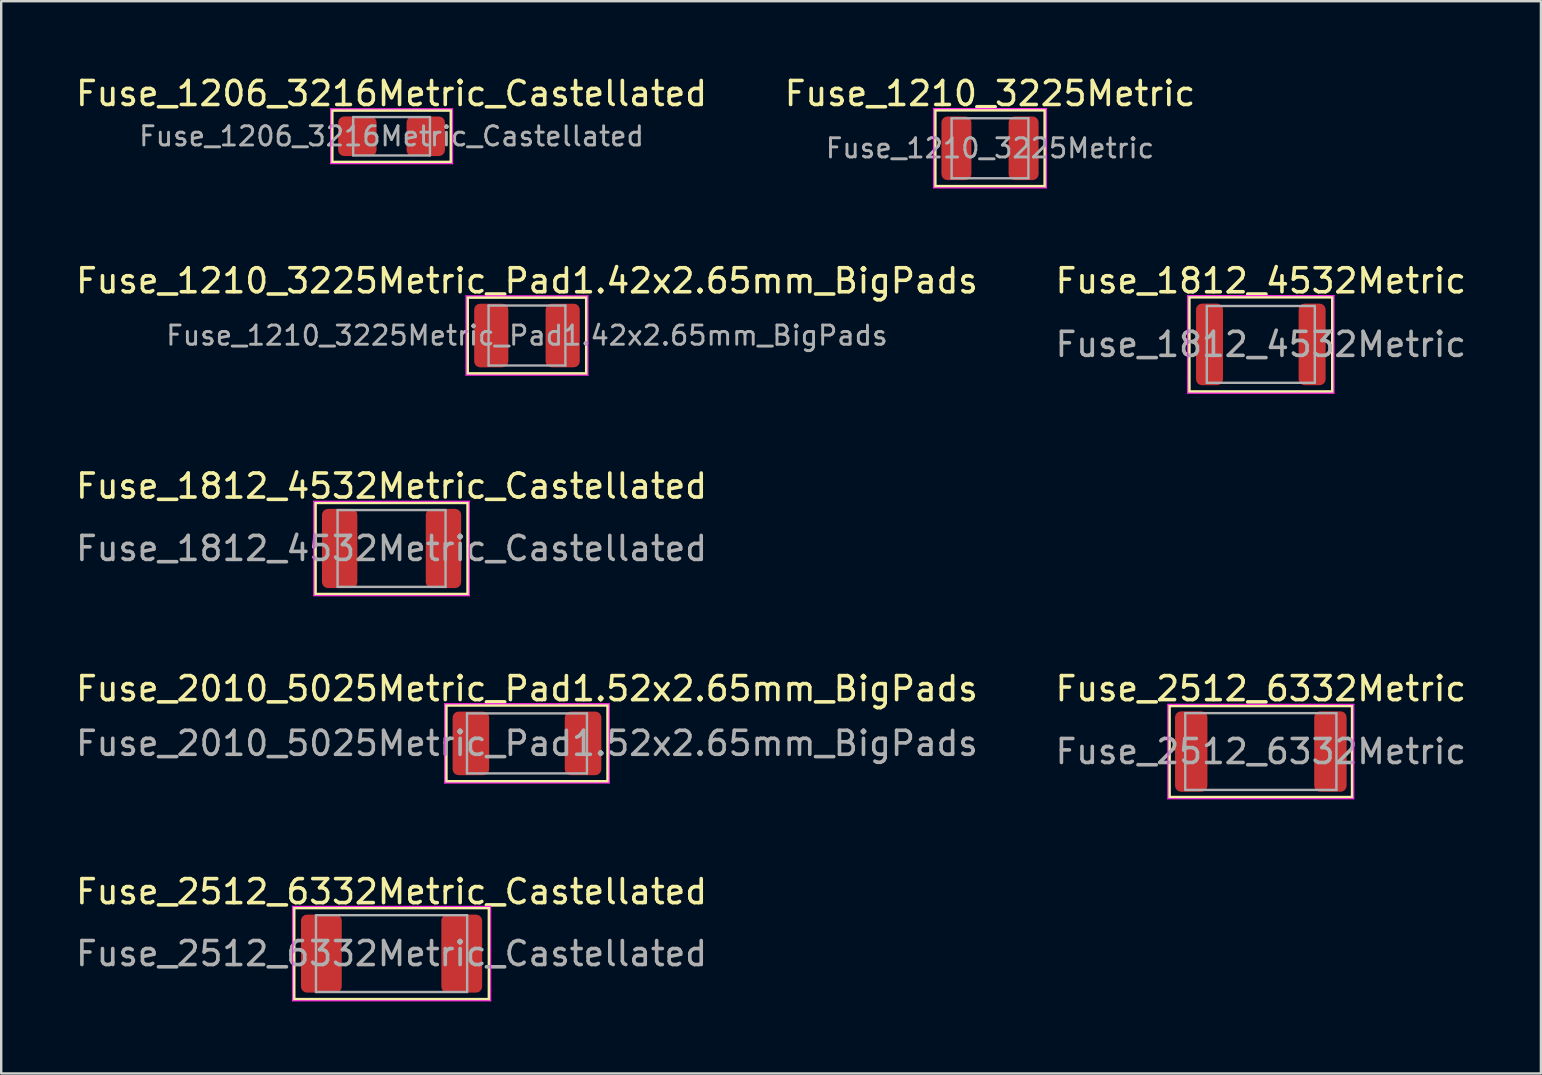
<source format=kicad_pcb>
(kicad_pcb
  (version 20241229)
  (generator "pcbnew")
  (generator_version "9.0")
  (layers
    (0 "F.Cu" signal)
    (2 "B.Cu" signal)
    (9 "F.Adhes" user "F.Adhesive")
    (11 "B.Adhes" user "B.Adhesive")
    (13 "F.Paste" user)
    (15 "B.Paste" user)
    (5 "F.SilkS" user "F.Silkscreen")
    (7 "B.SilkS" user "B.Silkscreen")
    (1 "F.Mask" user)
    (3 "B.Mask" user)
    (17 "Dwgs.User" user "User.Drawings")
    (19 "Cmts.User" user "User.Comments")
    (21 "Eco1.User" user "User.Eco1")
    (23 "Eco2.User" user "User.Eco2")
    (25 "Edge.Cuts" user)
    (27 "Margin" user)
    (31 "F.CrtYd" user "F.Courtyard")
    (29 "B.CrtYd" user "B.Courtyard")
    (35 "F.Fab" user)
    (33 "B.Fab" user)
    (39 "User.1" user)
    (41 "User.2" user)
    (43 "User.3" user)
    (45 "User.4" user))
  (footprint "Fuse_1812_4532Metric"
    (layer "F.Cu")
    (at 49.494 11.303)
    (property "Reference" "Fuse_1812_4532Metric" (at 0 -2.65 0) (layer "F.SilkS") (effects (font (size 1 1) (thickness 0.15))))
    (attr smd)
    (fp_line (start -2.985 -1.968) (end 2.985 -1.968) (stroke (width 0.12) (type solid)) (layer "F.SilkS"))
    (fp_line (start -2.985 1.968) (end -2.985 -1.968) (stroke (width 0.12) (type solid)) (layer "F.SilkS"))
    (fp_line (start 2.985 -1.968) (end 2.985 1.968) (stroke (width 0.12) (type solid)) (layer "F.SilkS"))
    (fp_line (start 2.985 1.968) (end -2.985 1.968) (stroke (width 0.12) (type solid)) (layer "F.SilkS"))
    (fp_line (start -3.048 -2.032) (end 3.048 -2.032) (stroke (width 0.05) (type solid)) (layer "F.CrtYd"))
    (fp_line (start -3.048 2.032) (end -3.048 -2.032) (stroke (width 0.05) (type solid)) (layer "F.CrtYd"))
    (fp_line (start 3.048 -2.032) (end 3.048 2.032) (stroke (width 0.05) (type solid)) (layer "F.CrtYd"))
    (fp_line (start 3.048 2.032) (end -3.048 2.032) (stroke (width 0.05) (type solid)) (layer "F.CrtYd"))
    (fp_line (start -2.25 -1.6) (end 2.25 -1.6) (stroke (width 0.1) (type solid)) (layer "F.Fab"))
    (fp_line (start -2.25 1.6) (end -2.25 -1.6) (stroke (width 0.1) (type solid)) (layer "F.Fab"))
    (fp_line (start 2.25 -1.6) (end 2.25 1.6) (stroke (width 0.1) (type solid)) (layer "F.Fab"))
    (fp_line (start 2.25 1.6) (end -2.25 1.6) (stroke (width 0.1) (type solid)) (layer "F.Fab"))
    (fp_text user "${REFERENCE}" (at 0 0 0) (layer "F.Fab") (effects (font (size 1 1) (thickness 0.15))))
    (pad "1" smd roundrect (at -2.138 0) (size 1.125 3.4) (layers "F.Cu" "F.Mask" "F.Paste") (roundrect_rratio 0.222))
    (pad "2" smd roundrect (at 2.138 0) (size 1.125 3.4) (layers "F.Cu" "F.Mask" "F.Paste") (roundrect_rratio 0.222)))
  (footprint "Fuse_1210_3225Metric"
    (layer "F.Cu")
    (at 38.208 3.128)
    (property "Reference" "Fuse_1210_3225Metric" (at 0 -2.28 0) (layer "F.SilkS") (effects (font (size 1 1) (thickness 0.15))))
    (attr smd)
    (fp_line (start -2.286 -1.587) (end 2.286 -1.587) (stroke (width 0.12) (type solid)) (layer "F.SilkS"))
    (fp_line (start -2.286 1.587) (end -2.286 -1.587) (stroke (width 0.12) (type solid)) (layer "F.SilkS"))
    (fp_line (start 2.286 -1.587) (end 2.286 1.587) (stroke (width 0.12) (type solid)) (layer "F.SilkS"))
    (fp_line (start 2.286 1.587) (end -2.286 1.587) (stroke (width 0.12) (type solid)) (layer "F.SilkS"))
    (fp_line (start -2.349 -1.651) (end 2.349 -1.651) (stroke (width 0.05) (type solid)) (layer "F.CrtYd"))
    (fp_line (start -2.349 1.651) (end -2.349 -1.651) (stroke (width 0.05) (type solid)) (layer "F.CrtYd"))
    (fp_line (start 2.349 -1.651) (end 2.349 1.651) (stroke (width 0.05) (type solid)) (layer "F.CrtYd"))
    (fp_line (start 2.349 1.651) (end -2.349 1.651) (stroke (width 0.05) (type solid)) (layer "F.CrtYd"))
    (fp_line (start -1.6 -1.25) (end 1.6 -1.25) (stroke (width 0.1) (type solid)) (layer "F.Fab"))
    (fp_line (start -1.6 1.25) (end -1.6 -1.25) (stroke (width 0.1) (type solid)) (layer "F.Fab"))
    (fp_line (start 1.6 -1.25) (end 1.6 1.25) (stroke (width 0.1) (type solid)) (layer "F.Fab"))
    (fp_line (start 1.6 1.25) (end -1.6 1.25) (stroke (width 0.1) (type solid)) (layer "F.Fab"))
    (fp_text user "${REFERENCE}" (at 0 0 0) (layer "F.Fab") (effects (font (size 0.8 0.8) (thickness 0.12))))
    (pad "1" smd roundrect (at -1.4 0) (size 1.25 2.65) (layers "F.Cu" "F.Mask" "F.Paste") (roundrect_rratio 0.2))
    (pad "2" smd roundrect (at 1.4 0) (size 1.25 2.65) (layers "F.Cu" "F.Mask" "F.Paste") (roundrect_rratio 0.2)))
  (footprint "Fuse_1812_4532Metric_Castellated"
    (layer "F.Cu")
    (at 13.268 19.808)
    (property "Reference" "Fuse_1812_4532Metric_Castellated" (at 0 -2.6 0) (layer "F.SilkS") (effects (font (size 1 1) (thickness 0.15))))
    (attr smd)
    (fp_line (start -3.175 -1.905) (end 3.175 -1.905) (stroke (width 0.12) (type solid)) (layer "F.SilkS"))
    (fp_line (start -3.175 1.905) (end -3.175 -1.905) (stroke (width 0.12) (type solid)) (layer "F.SilkS"))
    (fp_line (start 3.175 -1.905) (end 3.175 1.905) (stroke (width 0.12) (type solid)) (layer "F.SilkS"))
    (fp_line (start 3.175 1.905) (end -3.175 1.905) (stroke (width 0.12) (type solid)) (layer "F.SilkS"))
    (fp_line (start -3.239 -1.968) (end 3.239 -1.968) (stroke (width 0.05) (type solid)) (layer "F.CrtYd"))
    (fp_line (start -3.239 1.968) (end -3.239 -1.968) (stroke (width 0.05) (type solid)) (layer "F.CrtYd"))
    (fp_line (start 3.239 -1.968) (end 3.239 1.968) (stroke (width 0.05) (type solid)) (layer "F.CrtYd"))
    (fp_line (start 3.239 1.968) (end -3.239 1.968) (stroke (width 0.05) (type solid)) (layer "F.CrtYd"))
    (fp_line (start -2.25 -1.6) (end 2.25 -1.6) (stroke (width 0.1) (type solid)) (layer "F.Fab"))
    (fp_line (start -2.25 1.6) (end -2.25 -1.6) (stroke (width 0.1) (type solid)) (layer "F.Fab"))
    (fp_line (start 2.25 -1.6) (end 2.25 1.6) (stroke (width 0.1) (type solid)) (layer "F.Fab"))
    (fp_line (start 2.25 1.6) (end -2.25 1.6) (stroke (width 0.1) (type solid)) (layer "F.Fab"))
    (fp_text user "${REFERENCE}" (at 0 0 0) (layer "F.Fab") (effects (font (size 1 1) (thickness 0.15))))
    (pad "1" smd roundrect (at -2.163 0) (size 1.475 3.3) (layers "F.Cu" "F.Mask" "F.Paste") (roundrect_rratio 0.169))
    (pad "2" smd roundrect (at 2.163 0) (size 1.475 3.3) (layers "F.Cu" "F.Mask" "F.Paste") (roundrect_rratio 0.169)))
  (footprint "Fuse_1210_3225Metric_Pad1.42x2.65mm_BigPads"
    (layer "F.Cu")
    (at 18.911 10.932)
    (property "Reference" "Fuse_1210_3225Metric_Pad1.42x2.65mm_BigPads" (at 0 -2.28 0) (layer "F.SilkS") (effects (font (size 1 1) (thickness 0.15))))
    (attr smd)
    (fp_line (start -2.477 -1.587) (end 2.477 -1.587) (stroke (width 0.12) (type solid)) (layer "F.SilkS"))
    (fp_line (start -2.477 1.587) (end -2.477 -1.587) (stroke (width 0.12) (type solid)) (layer "F.SilkS"))
    (fp_line (start 2.477 -1.587) (end 2.477 1.587) (stroke (width 0.12) (type solid)) (layer "F.SilkS"))
    (fp_line (start 2.477 1.587) (end -2.477 1.587) (stroke (width 0.12) (type solid)) (layer "F.SilkS"))
    (fp_line (start -2.54 -1.651) (end 2.54 -1.651) (stroke (width 0.05) (type solid)) (layer "F.CrtYd"))
    (fp_line (start -2.54 1.651) (end -2.54 -1.651) (stroke (width 0.05) (type solid)) (layer "F.CrtYd"))
    (fp_line (start 2.54 -1.651) (end 2.54 1.651) (stroke (width 0.05) (type solid)) (layer "F.CrtYd"))
    (fp_line (start 2.54 1.651) (end -2.54 1.651) (stroke (width 0.05) (type solid)) (layer "F.CrtYd"))
    (fp_line (start -1.6 -1.25) (end 1.6 -1.25) (stroke (width 0.1) (type solid)) (layer "F.Fab"))
    (fp_line (start -1.6 1.25) (end -1.6 -1.25) (stroke (width 0.1) (type solid)) (layer "F.Fab"))
    (fp_line (start 1.6 -1.25) (end 1.6 1.25) (stroke (width 0.1) (type solid)) (layer "F.Fab"))
    (fp_line (start 1.6 1.25) (end -1.6 1.25) (stroke (width 0.1) (type solid)) (layer "F.Fab"))
    (fp_text user "${REFERENCE}" (at 0 0 0) (layer "F.Fab") (effects (font (size 0.8 0.8) (thickness 0.12))))
    (pad "1" smd roundrect (at -1.488 0) (size 1.425 2.65) (layers "F.Cu" "F.Mask" "F.Paste") (roundrect_rratio 0.175))
    (pad "2" smd roundrect (at 1.488 0) (size 1.425 2.65) (layers "F.Cu" "F.Mask" "F.Paste") (roundrect_rratio 0.175)))
  (footprint "Fuse_1206_3216Metric_Castellated"
    (layer "F.Cu")
    (at 13.268 2.628)
    (property "Reference" "Fuse_1206_3216Metric_Castellated" (at 0 -1.78 0) (layer "F.SilkS") (effects (font (size 1 1) (thickness 0.15))))
    (attr smd)
    (fp_line (start -2.477 -1.079) (end 2.477 -1.079) (stroke (width 0.12) (type solid)) (layer "F.SilkS"))
    (fp_line (start -2.477 1.079) (end -2.477 -1.079) (stroke (width 0.12) (type solid)) (layer "F.SilkS"))
    (fp_line (start 2.477 -1.079) (end 2.477 1.079) (stroke (width 0.12) (type solid)) (layer "F.SilkS"))
    (fp_line (start 2.477 1.079) (end -2.477 1.079) (stroke (width 0.12) (type solid)) (layer "F.SilkS"))
    (fp_line (start -2.54 -1.143) (end 2.54 -1.143) (stroke (width 0.05) (type solid)) (layer "F.CrtYd"))
    (fp_line (start -2.54 1.143) (end -2.54 -1.143) (stroke (width 0.05) (type solid)) (layer "F.CrtYd"))
    (fp_line (start 2.54 -1.143) (end 2.54 1.143) (stroke (width 0.05) (type solid)) (layer "F.CrtYd"))
    (fp_line (start 2.54 1.143) (end -2.54 1.143) (stroke (width 0.05) (type solid)) (layer "F.CrtYd"))
    (fp_line (start -1.6 -0.8) (end 1.6 -0.8) (stroke (width 0.1) (type solid)) (layer "F.Fab"))
    (fp_line (start -1.6 0.8) (end -1.6 -0.8) (stroke (width 0.1) (type solid)) (layer "F.Fab"))
    (fp_line (start 1.6 -0.8) (end 1.6 0.8) (stroke (width 0.1) (type solid)) (layer "F.Fab"))
    (fp_line (start 1.6 0.8) (end -1.6 0.8) (stroke (width 0.1) (type solid)) (layer "F.Fab"))
    (fp_text user "${REFERENCE}" (at 0 0 0) (layer "F.Fab") (effects (font (size 0.8 0.8) (thickness 0.12))))
    (pad "1" smd roundrect (at -1.425 0) (size 1.6 1.65) (layers "F.Cu" "F.Mask" "F.Paste") (roundrect_rratio 0.156))
    (pad "2" smd roundrect (at 1.425 0) (size 1.6 1.65) (layers "F.Cu" "F.Mask" "F.Paste") (roundrect_rratio 0.156)))
  (footprint "Fuse_2010_5025Metric_Pad1.52x2.65mm_BigPads"
    (layer "F.Cu")
    (at 18.911 27.93)
    (property "Reference" "Fuse_2010_5025Metric_Pad1.52x2.65mm_BigPads" (at 0 -2.28 0) (layer "F.SilkS") (effects (font (size 1 1) (thickness 0.15))))
    (attr smd)
    (fp_line (start -3.365 -1.587) (end 3.365 -1.587) (stroke (width 0.12) (type solid)) (layer "F.SilkS"))
    (fp_line (start -3.365 1.587) (end -3.365 -1.587) (stroke (width 0.12) (type solid)) (layer "F.SilkS"))
    (fp_line (start 3.365 -1.587) (end 3.365 1.587) (stroke (width 0.12) (type solid)) (layer "F.SilkS"))
    (fp_line (start 3.365 1.587) (end -3.365 1.587) (stroke (width 0.12) (type solid)) (layer "F.SilkS"))
    (fp_line (start -3.429 -1.651) (end 3.429 -1.651) (stroke (width 0.05) (type solid)) (layer "F.CrtYd"))
    (fp_line (start -3.429 1.651) (end -3.429 -1.651) (stroke (width 0.05) (type solid)) (layer "F.CrtYd"))
    (fp_line (start 3.429 -1.651) (end 3.429 1.651) (stroke (width 0.05) (type solid)) (layer "F.CrtYd"))
    (fp_line (start 3.429 1.651) (end -3.429 1.651) (stroke (width 0.05) (type solid)) (layer "F.CrtYd"))
    (fp_line (start -2.5 -1.25) (end 2.5 -1.25) (stroke (width 0.1) (type solid)) (layer "F.Fab"))
    (fp_line (start -2.5 1.25) (end -2.5 -1.25) (stroke (width 0.1) (type solid)) (layer "F.Fab"))
    (fp_line (start 2.5 -1.25) (end 2.5 1.25) (stroke (width 0.1) (type solid)) (layer "F.Fab"))
    (fp_line (start 2.5 1.25) (end -2.5 1.25) (stroke (width 0.1) (type solid)) (layer "F.Fab"))
    (fp_text user "${REFERENCE}" (at 0 0 0) (layer "F.Fab") (effects (font (size 1 1) (thickness 0.15))))
    (pad "1" smd roundrect (at -2.337 0) (size 1.525 2.65) (layers "F.Cu" "F.Mask" "F.Paste") (roundrect_rratio 0.164))
    (pad "2" smd roundrect (at 2.337 0) (size 1.525 2.65) (layers "F.Cu" "F.Mask" "F.Paste") (roundrect_rratio 0.164)))
  (footprint "Fuse_2512_6332Metric"
    (layer "F.Cu")
    (at 49.494 28.27)
    (property "Reference" "Fuse_2512_6332Metric" (at 0 -2.62 0) (layer "F.SilkS") (effects (font (size 1 1) (thickness 0.15))))
    (attr smd)
    (fp_line (start -3.81 -1.905) (end 3.81 -1.905) (stroke (width 0.12) (type solid)) (layer "F.SilkS"))
    (fp_line (start -3.81 1.905) (end -3.81 -1.905) (stroke (width 0.12) (type solid)) (layer "F.SilkS"))
    (fp_line (start 3.81 -1.905) (end 3.81 1.905) (stroke (width 0.12) (type solid)) (layer "F.SilkS"))
    (fp_line (start 3.81 1.905) (end -3.81 1.905) (stroke (width 0.12) (type solid)) (layer "F.SilkS"))
    (fp_line (start -3.873 -1.968) (end 3.873 -1.968) (stroke (width 0.05) (type solid)) (layer "F.CrtYd"))
    (fp_line (start -3.873 1.968) (end -3.873 -1.968) (stroke (width 0.05) (type solid)) (layer "F.CrtYd"))
    (fp_line (start 3.873 -1.968) (end 3.873 1.968) (stroke (width 0.05) (type solid)) (layer "F.CrtYd"))
    (fp_line (start 3.873 1.968) (end -3.873 1.968) (stroke (width 0.05) (type solid)) (layer "F.CrtYd"))
    (fp_line (start -3.15 -1.6) (end 3.15 -1.6) (stroke (width 0.1) (type solid)) (layer "F.Fab"))
    (fp_line (start -3.15 1.6) (end -3.15 -1.6) (stroke (width 0.1) (type solid)) (layer "F.Fab"))
    (fp_line (start 3.15 -1.6) (end 3.15 1.6) (stroke (width 0.1) (type solid)) (layer "F.Fab"))
    (fp_line (start 3.15 1.6) (end -3.15 1.6) (stroke (width 0.1) (type solid)) (layer "F.Fab"))
    (fp_text user "${REFERENCE}" (at 0 0 0) (layer "F.Fab") (effects (font (size 1 1) (thickness 0.15))))
    (pad "1" smd roundrect (at -2.9 0) (size 1.35 3.35) (layers "F.Cu" "F.Mask" "F.Paste") (roundrect_rratio 0.185))
    (pad "2" smd roundrect (at 2.9 0) (size 1.35 3.35) (layers "F.Cu" "F.Mask" "F.Paste") (roundrect_rratio 0.185)))
  (footprint "Fuse_2512_6332Metric_Castellated"
    (layer "F.Cu")
    (at 13.268 36.691)
    (property "Reference" "Fuse_2512_6332Metric_Castellated" (at 0 -2.58 0) (layer "F.SilkS") (effects (font (size 1 1) (thickness 0.15))))
    (attr smd)
    (fp_line (start -4.064 -1.905) (end 4.064 -1.905) (stroke (width 0.12) (type solid)) (layer "F.SilkS"))
    (fp_line (start -4.064 1.905) (end -4.064 -1.905) (stroke (width 0.12) (type solid)) (layer "F.SilkS"))
    (fp_line (start 4.064 -1.905) (end 4.064 1.905) (stroke (width 0.12) (type solid)) (layer "F.SilkS"))
    (fp_line (start 4.064 1.905) (end -4.064 1.905) (stroke (width 0.12) (type solid)) (layer "F.SilkS"))
    (fp_line (start -4.128 -1.968) (end 4.128 -1.968) (stroke (width 0.05) (type solid)) (layer "F.CrtYd"))
    (fp_line (start -4.128 1.968) (end -4.128 -1.968) (stroke (width 0.05) (type solid)) (layer "F.CrtYd"))
    (fp_line (start 4.128 -1.968) (end 4.128 1.968) (stroke (width 0.05) (type solid)) (layer "F.CrtYd"))
    (fp_line (start 4.128 1.968) (end -4.128 1.968) (stroke (width 0.05) (type solid)) (layer "F.CrtYd"))
    (fp_line (start -3.15 -1.6) (end 3.15 -1.6) (stroke (width 0.1) (type solid)) (layer "F.Fab"))
    (fp_line (start -3.15 1.6) (end -3.15 -1.6) (stroke (width 0.1) (type solid)) (layer "F.Fab"))
    (fp_line (start 3.15 -1.6) (end 3.15 1.6) (stroke (width 0.1) (type solid)) (layer "F.Fab"))
    (fp_line (start 3.15 1.6) (end -3.15 1.6) (stroke (width 0.1) (type solid)) (layer "F.Fab"))
    (fp_text user "${REFERENCE}" (at 0 0 0) (layer "F.Fab") (effects (font (size 1 1) (thickness 0.15))))
    (pad "1" smd roundrect (at -2.925 0) (size 1.7 3.25) (layers "F.Cu" "F.Mask" "F.Paste") (roundrect_rratio 0.147))
    (pad "2" smd roundrect (at 2.925 0) (size 1.7 3.25) (layers "F.Cu" "F.Mask" "F.Paste") (roundrect_rratio 0.147)))
  (gr_rect
    (start -3 -3)
    (end 61.167 41.685)
    (stroke (width 0.1) (type default))
    (fill no)
    (layer "Edge.Cuts")))
</source>
